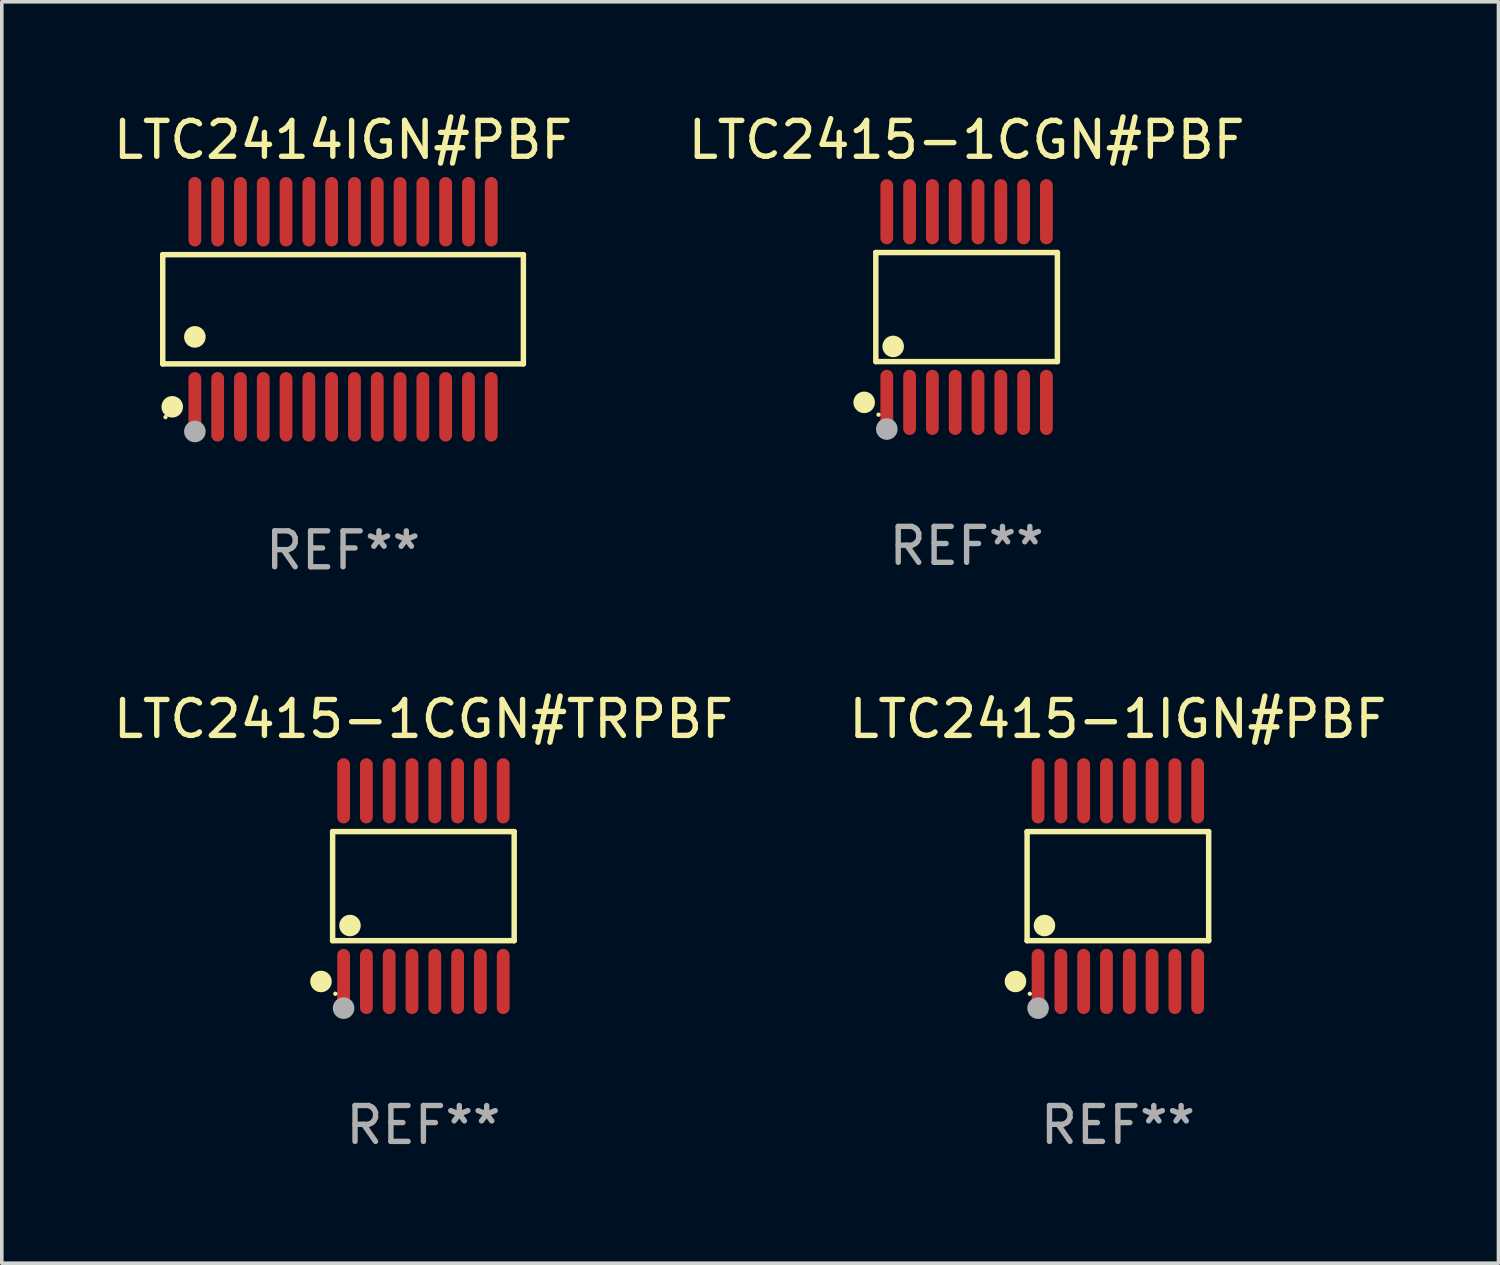
<source format=kicad_pcb>
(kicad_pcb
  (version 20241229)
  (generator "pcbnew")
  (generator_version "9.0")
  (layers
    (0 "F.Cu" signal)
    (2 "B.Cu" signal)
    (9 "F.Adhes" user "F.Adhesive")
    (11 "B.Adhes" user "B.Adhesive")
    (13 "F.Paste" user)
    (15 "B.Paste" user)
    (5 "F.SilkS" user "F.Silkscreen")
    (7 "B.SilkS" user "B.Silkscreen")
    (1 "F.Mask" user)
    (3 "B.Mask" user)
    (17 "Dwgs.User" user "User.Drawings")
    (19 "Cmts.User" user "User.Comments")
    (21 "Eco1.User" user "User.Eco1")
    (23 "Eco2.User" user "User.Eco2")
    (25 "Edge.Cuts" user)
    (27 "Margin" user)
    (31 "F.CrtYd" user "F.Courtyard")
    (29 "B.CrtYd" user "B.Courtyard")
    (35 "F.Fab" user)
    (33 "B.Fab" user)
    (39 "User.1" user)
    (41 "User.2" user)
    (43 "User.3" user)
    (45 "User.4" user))
  (footprint "LTC2415-1CGN#TRPBF"
    (layer "F.Cu")
    (at 8.744 21.634)
    (property "Reference" "LTC2415-1CGN#TRPBF" (at 0 -4.655 0) (layer "F.SilkS") (effects (font (size 1 1) (thickness 0.15))))
    (attr through_hole)
    (fp_line (start -2.529 -1.519) (end 2.529 -1.519) (stroke (width 0.152) (type solid)) (layer "F.SilkS"))
    (fp_line (start -2.529 1.519) (end -2.529 -1.519) (stroke (width 0.152) (type solid)) (layer "F.SilkS"))
    (fp_line (start 2.529 -1.519) (end 2.529 1.519) (stroke (width 0.152) (type solid)) (layer "F.SilkS"))
    (fp_line (start 2.529 1.519) (end -2.529 1.519) (stroke (width 0.152) (type solid)) (layer "F.SilkS"))
    (fp_circle (center -2.853 2.655) (end -2.703 2.655) (stroke (width 0.3) (type solid)) (fill no) (layer "F.SilkS"))
    (fp_circle (center -2.453 2.998) (end -2.423 2.998) (stroke (width 0.06) (type solid)) (fill no) (layer "F.SilkS"))
    (fp_circle (center -2.045 1.097) (end -1.895 1.097) (stroke (width 0.3) (type solid)) (fill no) (layer "F.SilkS"))
    (fp_circle (center -2.223 3.398) (end -2.072 3.398) (stroke (width 0.3) (type solid)) (fill no) (layer "F.Fab"))
    (fp_text user "REF**" (at 0 6.655 0) (layer "F.Fab") (effects (font (size 1 1) (thickness 0.15))))
    (pad "1" smd oval (at -2.223 2.655) (size 0.356 1.815) (layers "F.Cu" "F.Mask" "F.Paste"))
    (pad "2" smd oval (at -1.588 2.655) (size 0.356 1.815) (layers "F.Cu" "F.Mask" "F.Paste"))
    (pad "3" smd oval (at -0.953 2.655) (size 0.356 1.815) (layers "F.Cu" "F.Mask" "F.Paste"))
    (pad "4" smd oval (at -0.318 2.655) (size 0.356 1.815) (layers "F.Cu" "F.Mask" "F.Paste"))
    (pad "5" smd oval (at 0.318 2.655) (size 0.356 1.815) (layers "F.Cu" "F.Mask" "F.Paste"))
    (pad "6" smd oval (at 0.953 2.655) (size 0.356 1.815) (layers "F.Cu" "F.Mask" "F.Paste"))
    (pad "7" smd oval (at 1.588 2.655) (size 0.356 1.815) (layers "F.Cu" "F.Mask" "F.Paste"))
    (pad "8" smd oval (at 2.223 2.655) (size 0.356 1.815) (layers "F.Cu" "F.Mask" "F.Paste"))
    (pad "9" smd oval (at 2.223 -2.655) (size 0.356 1.815) (layers "F.Cu" "F.Mask" "F.Paste"))
    (pad "10" smd oval (at 1.588 -2.655) (size 0.356 1.815) (layers "F.Cu" "F.Mask" "F.Paste"))
    (pad "11" smd oval (at 0.953 -2.655) (size 0.356 1.815) (layers "F.Cu" "F.Mask" "F.Paste"))
    (pad "12" smd oval (at 0.318 -2.655) (size 0.356 1.815) (layers "F.Cu" "F.Mask" "F.Paste"))
    (pad "13" smd oval (at -0.318 -2.655) (size 0.356 1.815) (layers "F.Cu" "F.Mask" "F.Paste"))
    (pad "14" smd oval (at -0.953 -2.655) (size 0.356 1.815) (layers "F.Cu" "F.Mask" "F.Paste"))
    (pad "15" smd oval (at -1.588 -2.655) (size 0.356 1.815) (layers "F.Cu" "F.Mask" "F.Paste"))
    (pad "16" smd oval (at -2.223 -2.655) (size 0.356 1.815) (layers "F.Cu" "F.Mask" "F.Paste")))
  (footprint "LTC2415-1IGN#PBF"
    (layer "F.Cu")
    (at 28.089 21.634)
    (property "Reference" "LTC2415-1IGN#PBF" (at 0 -4.655 0) (layer "F.SilkS") (effects (font (size 1 1) (thickness 0.15))))
    (attr through_hole)
    (fp_line (start -2.529 -1.519) (end 2.529 -1.519) (stroke (width 0.152) (type solid)) (layer "F.SilkS"))
    (fp_line (start -2.529 1.519) (end -2.529 -1.519) (stroke (width 0.152) (type solid)) (layer "F.SilkS"))
    (fp_line (start 2.529 -1.519) (end 2.529 1.519) (stroke (width 0.152) (type solid)) (layer "F.SilkS"))
    (fp_line (start 2.529 1.519) (end -2.529 1.519) (stroke (width 0.152) (type solid)) (layer "F.SilkS"))
    (fp_circle (center -2.853 2.655) (end -2.703 2.655) (stroke (width 0.3) (type solid)) (fill no) (layer "F.SilkS"))
    (fp_circle (center -2.453 2.998) (end -2.423 2.998) (stroke (width 0.06) (type solid)) (fill no) (layer "F.SilkS"))
    (fp_circle (center -2.045 1.097) (end -1.895 1.097) (stroke (width 0.3) (type solid)) (fill no) (layer "F.SilkS"))
    (fp_circle (center -2.223 3.398) (end -2.072 3.398) (stroke (width 0.3) (type solid)) (fill no) (layer "F.Fab"))
    (fp_text user "REF**" (at 0 6.655 0) (layer "F.Fab") (effects (font (size 1 1) (thickness 0.15))))
    (pad "1" smd oval (at -2.223 2.655) (size 0.356 1.815) (layers "F.Cu" "F.Mask" "F.Paste"))
    (pad "2" smd oval (at -1.588 2.655) (size 0.356 1.815) (layers "F.Cu" "F.Mask" "F.Paste"))
    (pad "3" smd oval (at -0.953 2.655) (size 0.356 1.815) (layers "F.Cu" "F.Mask" "F.Paste"))
    (pad "4" smd oval (at -0.318 2.655) (size 0.356 1.815) (layers "F.Cu" "F.Mask" "F.Paste"))
    (pad "5" smd oval (at 0.318 2.655) (size 0.356 1.815) (layers "F.Cu" "F.Mask" "F.Paste"))
    (pad "6" smd oval (at 0.953 2.655) (size 0.356 1.815) (layers "F.Cu" "F.Mask" "F.Paste"))
    (pad "7" smd oval (at 1.588 2.655) (size 0.356 1.815) (layers "F.Cu" "F.Mask" "F.Paste"))
    (pad "8" smd oval (at 2.223 2.655) (size 0.356 1.815) (layers "F.Cu" "F.Mask" "F.Paste"))
    (pad "9" smd oval (at 2.223 -2.655) (size 0.356 1.815) (layers "F.Cu" "F.Mask" "F.Paste"))
    (pad "10" smd oval (at 1.588 -2.655) (size 0.356 1.815) (layers "F.Cu" "F.Mask" "F.Paste"))
    (pad "11" smd oval (at 0.953 -2.655) (size 0.356 1.815) (layers "F.Cu" "F.Mask" "F.Paste"))
    (pad "12" smd oval (at 0.318 -2.655) (size 0.356 1.815) (layers "F.Cu" "F.Mask" "F.Paste"))
    (pad "13" smd oval (at -0.318 -2.655) (size 0.356 1.815) (layers "F.Cu" "F.Mask" "F.Paste"))
    (pad "14" smd oval (at -0.953 -2.655) (size 0.356 1.815) (layers "F.Cu" "F.Mask" "F.Paste"))
    (pad "15" smd oval (at -1.588 -2.655) (size 0.356 1.815) (layers "F.Cu" "F.Mask" "F.Paste"))
    (pad "16" smd oval (at -2.223 -2.655) (size 0.356 1.815) (layers "F.Cu" "F.Mask" "F.Paste")))
  (footprint "LTC2415-1CGN#PBF"
    (layer "F.Cu")
    (at 23.875 5.503)
    (property "Reference" "LTC2415-1CGN#PBF" (at 0 -4.655 0) (layer "F.SilkS") (effects (font (size 1 1) (thickness 0.15))))
    (attr through_hole)
    (fp_line (start -2.529 -1.519) (end 2.529 -1.519) (stroke (width 0.152) (type solid)) (layer "F.SilkS"))
    (fp_line (start -2.529 1.519) (end -2.529 -1.519) (stroke (width 0.152) (type solid)) (layer "F.SilkS"))
    (fp_line (start 2.529 -1.519) (end 2.529 1.519) (stroke (width 0.152) (type solid)) (layer "F.SilkS"))
    (fp_line (start 2.529 1.519) (end -2.529 1.519) (stroke (width 0.152) (type solid)) (layer "F.SilkS"))
    (fp_circle (center -2.853 2.655) (end -2.703 2.655) (stroke (width 0.3) (type solid)) (fill no) (layer "F.SilkS"))
    (fp_circle (center -2.453 2.998) (end -2.423 2.998) (stroke (width 0.06) (type solid)) (fill no) (layer "F.SilkS"))
    (fp_circle (center -2.045 1.097) (end -1.895 1.097) (stroke (width 0.3) (type solid)) (fill no) (layer "F.SilkS"))
    (fp_circle (center -2.223 3.398) (end -2.072 3.398) (stroke (width 0.3) (type solid)) (fill no) (layer "F.Fab"))
    (fp_text user "REF**" (at 0 6.655 0) (layer "F.Fab") (effects (font (size 1 1) (thickness 0.15))))
    (pad "1" smd oval (at -2.223 2.655) (size 0.356 1.815) (layers "F.Cu" "F.Mask" "F.Paste"))
    (pad "2" smd oval (at -1.588 2.655) (size 0.356 1.815) (layers "F.Cu" "F.Mask" "F.Paste"))
    (pad "3" smd oval (at -0.953 2.655) (size 0.356 1.815) (layers "F.Cu" "F.Mask" "F.Paste"))
    (pad "4" smd oval (at -0.318 2.655) (size 0.356 1.815) (layers "F.Cu" "F.Mask" "F.Paste"))
    (pad "5" smd oval (at 0.318 2.655) (size 0.356 1.815) (layers "F.Cu" "F.Mask" "F.Paste"))
    (pad "6" smd oval (at 0.953 2.655) (size 0.356 1.815) (layers "F.Cu" "F.Mask" "F.Paste"))
    (pad "7" smd oval (at 1.588 2.655) (size 0.356 1.815) (layers "F.Cu" "F.Mask" "F.Paste"))
    (pad "8" smd oval (at 2.223 2.655) (size 0.356 1.815) (layers "F.Cu" "F.Mask" "F.Paste"))
    (pad "9" smd oval (at 2.223 -2.655) (size 0.356 1.815) (layers "F.Cu" "F.Mask" "F.Paste"))
    (pad "10" smd oval (at 1.588 -2.655) (size 0.356 1.815) (layers "F.Cu" "F.Mask" "F.Paste"))
    (pad "11" smd oval (at 0.953 -2.655) (size 0.356 1.815) (layers "F.Cu" "F.Mask" "F.Paste"))
    (pad "12" smd oval (at 0.318 -2.655) (size 0.356 1.815) (layers "F.Cu" "F.Mask" "F.Paste"))
    (pad "13" smd oval (at -0.318 -2.655) (size 0.356 1.815) (layers "F.Cu" "F.Mask" "F.Paste"))
    (pad "14" smd oval (at -0.953 -2.655) (size 0.356 1.815) (layers "F.Cu" "F.Mask" "F.Paste"))
    (pad "15" smd oval (at -1.588 -2.655) (size 0.356 1.815) (layers "F.Cu" "F.Mask" "F.Paste"))
    (pad "16" smd oval (at -2.223 -2.655) (size 0.356 1.815) (layers "F.Cu" "F.Mask" "F.Paste")))
  (footprint "LTC2414IGN#PBF"
    (layer "F.Cu")
    (at 6.506 5.565)
    (property "Reference" "LTC2414IGN#PBF" (at 0 -4.717 0) (layer "F.SilkS") (effects (font (size 1 1) (thickness 0.15))))
    (attr through_hole)
    (fp_line (start -5.023 -1.521) (end 5.023 -1.521) (stroke (width 0.152) (type solid)) (layer "F.SilkS"))
    (fp_line (start -5.023 1.521) (end -5.023 -1.521) (stroke (width 0.152) (type solid)) (layer "F.SilkS"))
    (fp_line (start 5.023 -1.521) (end 5.023 1.521) (stroke (width 0.152) (type solid)) (layer "F.SilkS"))
    (fp_line (start 5.023 1.521) (end -5.023 1.521) (stroke (width 0.152) (type solid)) (layer "F.SilkS"))
    (fp_circle (center -4.946 3.004) (end -4.916 3.004) (stroke (width 0.06) (type solid)) (fill no) (layer "F.SilkS"))
    (fp_circle (center -4.758 2.717) (end -4.608 2.717) (stroke (width 0.3) (type solid)) (fill no) (layer "F.SilkS"))
    (fp_circle (center -4.128 0.769) (end -3.977 0.769) (stroke (width 0.3) (type solid)) (fill no) (layer "F.SilkS"))
    (fp_circle (center -4.128 3.404) (end -3.977 3.404) (stroke (width 0.3) (type solid)) (fill no) (layer "F.Fab"))
    (fp_text user "REF**" (at 0 6.717 0) (layer "F.Fab") (effects (font (size 1 1) (thickness 0.15))))
    (pad "1" smd oval (at -4.128 2.717) (size 0.356 1.935) (layers "F.Cu" "F.Mask" "F.Paste"))
    (pad "2" smd oval (at -3.493 2.717) (size 0.356 1.935) (layers "F.Cu" "F.Mask" "F.Paste"))
    (pad "3" smd oval (at -2.858 2.717) (size 0.356 1.935) (layers "F.Cu" "F.Mask" "F.Paste"))
    (pad "4" smd oval (at -2.223 2.717) (size 0.356 1.935) (layers "F.Cu" "F.Mask" "F.Paste"))
    (pad "5" smd oval (at -1.588 2.717) (size 0.356 1.935) (layers "F.Cu" "F.Mask" "F.Paste"))
    (pad "6" smd oval (at -0.953 2.717) (size 0.356 1.935) (layers "F.Cu" "F.Mask" "F.Paste"))
    (pad "7" smd oval (at -0.318 2.717) (size 0.356 1.935) (layers "F.Cu" "F.Mask" "F.Paste"))
    (pad "8" smd oval (at 0.318 2.717) (size 0.356 1.935) (layers "F.Cu" "F.Mask" "F.Paste"))
    (pad "9" smd oval (at 0.953 2.717) (size 0.356 1.935) (layers "F.Cu" "F.Mask" "F.Paste"))
    (pad "10" smd oval (at 1.588 2.717) (size 0.356 1.935) (layers "F.Cu" "F.Mask" "F.Paste"))
    (pad "11" smd oval (at 2.223 2.717) (size 0.356 1.935) (layers "F.Cu" "F.Mask" "F.Paste"))
    (pad "12" smd oval (at 2.858 2.717) (size 0.356 1.935) (layers "F.Cu" "F.Mask" "F.Paste"))
    (pad "13" smd oval (at 3.493 2.717) (size 0.356 1.935) (layers "F.Cu" "F.Mask" "F.Paste"))
    (pad "14" smd oval (at 4.128 2.717) (size 0.356 1.935) (layers "F.Cu" "F.Mask" "F.Paste"))
    (pad "15" smd oval (at 4.128 -2.717) (size 0.356 1.935) (layers "F.Cu" "F.Mask" "F.Paste"))
    (pad "16" smd oval (at 3.493 -2.717) (size 0.356 1.935) (layers "F.Cu" "F.Mask" "F.Paste"))
    (pad "17" smd oval (at 2.858 -2.717) (size 0.356 1.935) (layers "F.Cu" "F.Mask" "F.Paste"))
    (pad "18" smd oval (at 2.223 -2.717) (size 0.356 1.935) (layers "F.Cu" "F.Mask" "F.Paste"))
    (pad "19" smd oval (at 1.588 -2.717) (size 0.356 1.935) (layers "F.Cu" "F.Mask" "F.Paste"))
    (pad "20" smd oval (at 0.953 -2.717) (size 0.356 1.935) (layers "F.Cu" "F.Mask" "F.Paste"))
    (pad "21" smd oval (at 0.318 -2.717) (size 0.356 1.935) (layers "F.Cu" "F.Mask" "F.Paste"))
    (pad "22" smd oval (at -0.318 -2.717) (size 0.356 1.935) (layers "F.Cu" "F.Mask" "F.Paste"))
    (pad "23" smd oval (at -0.953 -2.717) (size 0.356 1.935) (layers "F.Cu" "F.Mask" "F.Paste"))
    (pad "24" smd oval (at -1.588 -2.717) (size 0.356 1.935) (layers "F.Cu" "F.Mask" "F.Paste"))
    (pad "25" smd oval (at -2.223 -2.717) (size 0.356 1.935) (layers "F.Cu" "F.Mask" "F.Paste"))
    (pad "26" smd oval (at -2.858 -2.717) (size 0.356 1.935) (layers "F.Cu" "F.Mask" "F.Paste"))
    (pad "27" smd oval (at -3.493 -2.717) (size 0.356 1.935) (layers "F.Cu" "F.Mask" "F.Paste"))
    (pad "28" smd oval (at -4.128 -2.717) (size 0.356 1.935) (layers "F.Cu" "F.Mask" "F.Paste")))
  (gr_rect
    (start -3 -3)
    (end 38.69 32.137)
    (stroke (width 0.1) (type default))
    (fill no)
    (layer "Edge.Cuts")))
</source>
